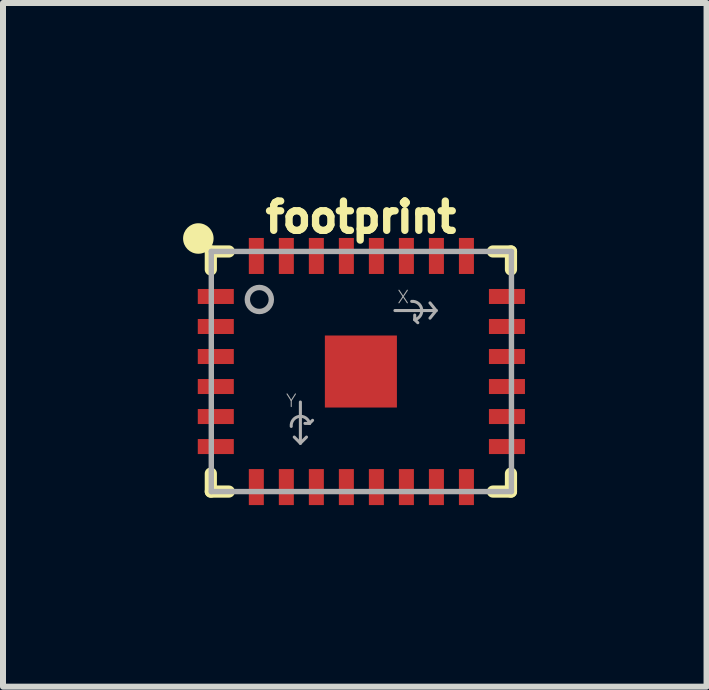
<source format=kicad_pcb>
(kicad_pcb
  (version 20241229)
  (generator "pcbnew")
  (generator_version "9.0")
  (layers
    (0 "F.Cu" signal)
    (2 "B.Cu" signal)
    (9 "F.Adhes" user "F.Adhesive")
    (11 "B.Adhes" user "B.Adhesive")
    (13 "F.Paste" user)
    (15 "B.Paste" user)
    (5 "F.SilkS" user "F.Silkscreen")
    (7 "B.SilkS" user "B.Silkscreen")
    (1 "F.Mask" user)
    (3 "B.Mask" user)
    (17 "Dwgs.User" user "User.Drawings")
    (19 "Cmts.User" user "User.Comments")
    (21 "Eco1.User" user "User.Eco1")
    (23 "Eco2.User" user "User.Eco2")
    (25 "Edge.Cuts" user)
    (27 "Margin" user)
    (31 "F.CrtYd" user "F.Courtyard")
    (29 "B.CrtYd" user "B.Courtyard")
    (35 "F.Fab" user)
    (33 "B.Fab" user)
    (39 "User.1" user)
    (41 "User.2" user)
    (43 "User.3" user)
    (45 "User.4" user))
  (footprint "footprint"
    (layer "F.Cu")
    (at 2.962 3.139)
    (property "Reference" "footprint" (at 0 -2.286 0) (layer "F.SilkS") (effects (font (size 0.488 0.488) (thickness 0.122)) (justify bottom)))
    (fp_poly (pts (xy -2.742 -1.1) (xy -2.092 -1.1) (xy -2.092 -1.4) (xy -2.742 -1.4)) (stroke (width 0) (type solid)) (fill yes) (layer "F.Mask"))
    (fp_poly (pts (xy -2.742 -0.6) (xy -2.092 -0.6) (xy -2.092 -0.9) (xy -2.742 -0.9)) (stroke (width 0) (type solid)) (fill yes) (layer "F.Mask"))
    (fp_poly (pts (xy -2.742 -0.1) (xy -2.092 -0.1) (xy -2.092 -0.4) (xy -2.742 -0.4)) (stroke (width 0) (type solid)) (fill yes) (layer "F.Mask"))
    (fp_poly (pts (xy -2.742 0.4) (xy -2.092 0.4) (xy -2.092 0.1) (xy -2.742 0.1)) (stroke (width 0) (type solid)) (fill yes) (layer "F.Mask"))
    (fp_poly (pts (xy -2.742 0.9) (xy -2.092 0.9) (xy -2.092 0.6) (xy -2.742 0.6)) (stroke (width 0) (type solid)) (fill yes) (layer "F.Mask"))
    (fp_poly (pts (xy -2.742 1.4) (xy -2.092 1.4) (xy -2.092 1.1) (xy -2.742 1.1)) (stroke (width 0) (type solid)) (fill yes) (layer "F.Mask"))
    (fp_poly (pts (xy -1.892 -1.6) (xy -1.592 -1.6) (xy -1.592 -2.25) (xy -1.892 -2.25)) (stroke (width 0) (type solid)) (fill yes) (layer "F.Mask"))
    (fp_poly (pts (xy -1.892 2.25) (xy -1.592 2.25) (xy -1.592 1.6) (xy -1.892 1.6)) (stroke (width 0) (type solid)) (fill yes) (layer "F.Mask"))
    (fp_poly (pts (xy -1.392 -1.6) (xy -1.092 -1.6) (xy -1.092 -2.25) (xy -1.392 -2.25)) (stroke (width 0) (type solid)) (fill yes) (layer "F.Mask"))
    (fp_poly (pts (xy -1.392 2.25) (xy -1.092 2.25) (xy -1.092 1.6) (xy -1.392 1.6)) (stroke (width 0) (type solid)) (fill yes) (layer "F.Mask"))
    (fp_poly (pts (xy -0.892 -1.6) (xy -0.592 -1.6) (xy -0.592 -2.25) (xy -0.892 -2.25)) (stroke (width 0) (type solid)) (fill yes) (layer "F.Mask"))
    (fp_poly (pts (xy -0.892 1.6) (xy -0.892 2.25) (xy -0.592 2.25) (xy -0.592 1.6)) (stroke (width 0) (type solid)) (fill yes) (layer "F.Mask"))
    (fp_poly (pts (xy -0.6 0.6) (xy 0.6 0.6) (xy 0.6 -0.6) (xy -0.6 -0.6)) (stroke (width 0) (type solid)) (fill yes) (layer "F.Mask"))
    (fp_poly (pts (xy -0.392 -1.6) (xy -0.092 -1.6) (xy -0.092 -2.25) (xy -0.392 -2.25)) (stroke (width 0) (type solid)) (fill yes) (layer "F.Mask"))
    (fp_poly (pts (xy -0.392 1.6) (xy -0.392 2.25) (xy -0.092 2.25) (xy -0.092 1.6)) (stroke (width 0) (type solid)) (fill yes) (layer "F.Mask"))
    (fp_poly (pts (xy 0.108 -1.6) (xy 0.408 -1.6) (xy 0.408 -2.25) (xy 0.108 -2.25)) (stroke (width 0) (type solid)) (fill yes) (layer "F.Mask"))
    (fp_poly (pts (xy 0.108 1.6) (xy 0.108 2.25) (xy 0.408 2.25) (xy 0.408 1.6)) (stroke (width 0) (type solid)) (fill yes) (layer "F.Mask"))
    (fp_poly (pts (xy 0.608 -1.6) (xy 0.908 -1.6) (xy 0.908 -2.25) (xy 0.608 -2.25)) (stroke (width 0) (type solid)) (fill yes) (layer "F.Mask"))
    (fp_poly (pts (xy 0.608 1.6) (xy 0.608 2.25) (xy 0.908 2.25) (xy 0.908 1.6)) (stroke (width 0) (type solid)) (fill yes) (layer "F.Mask"))
    (fp_poly (pts (xy 1.108 -1.6) (xy 1.408 -1.6) (xy 1.408 -2.25) (xy 1.108 -2.25)) (stroke (width 0) (type solid)) (fill yes) (layer "F.Mask"))
    (fp_poly (pts (xy 1.108 1.6) (xy 1.108 2.25) (xy 1.408 2.25) (xy 1.408 1.6)) (stroke (width 0) (type solid)) (fill yes) (layer "F.Mask"))
    (fp_poly (pts (xy 1.608 -1.6) (xy 1.908 -1.6) (xy 1.908 -2.25) (xy 1.608 -2.25)) (stroke (width 0) (type solid)) (fill yes) (layer "F.Mask"))
    (fp_poly (pts (xy 1.608 1.6) (xy 1.608 2.25) (xy 1.908 2.25) (xy 1.908 1.6)) (stroke (width 0) (type solid)) (fill yes) (layer "F.Mask"))
    (fp_poly (pts (xy 2.108 -1.4) (xy 2.108 -1.1) (xy 2.758 -1.1) (xy 2.758 -1.4)) (stroke (width 0) (type solid)) (fill yes) (layer "F.Mask"))
    (fp_poly (pts (xy 2.108 -0.9) (xy 2.108 -0.6) (xy 2.758 -0.6) (xy 2.758 -0.9)) (stroke (width 0) (type solid)) (fill yes) (layer "F.Mask"))
    (fp_poly (pts (xy 2.108 -0.1) (xy 2.758 -0.1) (xy 2.758 -0.4) (xy 2.108 -0.4)) (stroke (width 0) (type solid)) (fill yes) (layer "F.Mask"))
    (fp_poly (pts (xy 2.108 0.4) (xy 2.758 0.4) (xy 2.758 0.1) (xy 2.108 0.1)) (stroke (width 0) (type solid)) (fill yes) (layer "F.Mask"))
    (fp_poly (pts (xy 2.108 0.9) (xy 2.758 0.9) (xy 2.758 0.6) (xy 2.108 0.6)) (stroke (width 0) (type solid)) (fill yes) (layer "F.Mask"))
    (fp_poly (pts (xy 2.108 1.4) (xy 2.758 1.4) (xy 2.758 1.1) (xy 2.108 1.1)) (stroke (width 0) (type solid)) (fill yes) (layer "F.Mask"))
    (fp_line (start -2.5 -2) (end -2.5 -1.7) (stroke (width 0.203) (type solid)) (layer "F.SilkS"))
    (fp_line (start -2.5 -2) (end -2.2 -2) (stroke (width 0.203) (type solid)) (layer "F.SilkS"))
    (fp_line (start -2.5 2) (end -2.5 1.7) (stroke (width 0.203) (type solid)) (layer "F.SilkS"))
    (fp_line (start -2.5 2) (end -2.2 2) (stroke (width 0.203) (type solid)) (layer "F.SilkS"))
    (fp_line (start 2.5 -2) (end 2.2 -2) (stroke (width 0.203) (type solid)) (layer "F.SilkS"))
    (fp_line (start 2.5 -2) (end 2.5 -1.7) (stroke (width 0.203) (type solid)) (layer "F.SilkS"))
    (fp_line (start 2.5 2) (end 2.2 2) (stroke (width 0.203) (type solid)) (layer "F.SilkS"))
    (fp_line (start 2.5 2) (end 2.5 1.7) (stroke (width 0.203) (type solid)) (layer "F.SilkS"))
    (fp_circle (center -2.708 -2.216) (end -2.581 -2.216) (stroke (width 0.254) (type solid)) (fill yes) (layer "F.SilkS"))
    (fp_poly (pts (xy -2.15 -1.35) (xy -2.6 -1.35) (xy -2.6 -1.15) (xy -2.15 -1.15)) (stroke (width 0) (type solid)) (fill yes) (layer "F.Paste"))
    (fp_poly (pts (xy -2.15 -0.85) (xy -2.6 -0.85) (xy -2.6 -0.65) (xy -2.15 -0.65)) (stroke (width 0) (type solid)) (fill yes) (layer "F.Paste"))
    (fp_poly (pts (xy -2.15 -0.35) (xy -2.6 -0.35) (xy -2.6 -0.15) (xy -2.15 -0.15)) (stroke (width 0) (type solid)) (fill yes) (layer "F.Paste"))
    (fp_poly (pts (xy -2.15 0.15) (xy -2.6 0.15) (xy -2.6 0.35) (xy -2.15 0.35)) (stroke (width 0) (type solid)) (fill yes) (layer "F.Paste"))
    (fp_poly (pts (xy -2.15 0.65) (xy -2.6 0.65) (xy -2.6 0.85) (xy -2.15 0.85)) (stroke (width 0) (type solid)) (fill yes) (layer "F.Paste"))
    (fp_poly (pts (xy -2.15 1.15) (xy -2.6 1.15) (xy -2.6 1.35) (xy -2.15 1.35)) (stroke (width 0) (type solid)) (fill yes) (layer "F.Paste"))
    (fp_poly (pts (xy -2.15 1.15) (xy -2.6 1.15) (xy -2.6 1.35) (xy -2.15 1.35)) (stroke (width 0) (type solid)) (fill yes) (layer "F.Paste"))
    (fp_poly (pts (xy -2.15 1.15) (xy -2.6 1.15) (xy -2.6 1.35) (xy -2.15 1.35)) (stroke (width 0) (type solid)) (fill yes) (layer "F.Paste"))
    (fp_poly (pts (xy -1.85 1.65) (xy -1.85 2.1) (xy -1.65 2.1) (xy -1.65 1.65)) (stroke (width 0) (type solid)) (fill yes) (layer "F.Paste"))
    (fp_poly (pts (xy -1.65 -1.65) (xy -1.65 -2.1) (xy -1.85 -2.1) (xy -1.85 -1.65)) (stroke (width 0) (type solid)) (fill yes) (layer "F.Paste"))
    (fp_poly (pts (xy -1.35 1.65) (xy -1.35 2.1) (xy -1.15 2.1) (xy -1.15 1.65)) (stroke (width 0) (type solid)) (fill yes) (layer "F.Paste"))
    (fp_poly (pts (xy -1.15 -1.65) (xy -1.15 -2.1) (xy -1.35 -2.1) (xy -1.35 -1.65)) (stroke (width 0) (type solid)) (fill yes) (layer "F.Paste"))
    (fp_poly (pts (xy -0.85 1.65) (xy -0.85 2.1) (xy -0.65 2.1) (xy -0.65 1.65)) (stroke (width 0) (type solid)) (fill yes) (layer "F.Paste"))
    (fp_poly (pts (xy -0.65 -1.65) (xy -0.65 -2.1) (xy -0.85 -2.1) (xy -0.85 -1.65)) (stroke (width 0) (type solid)) (fill yes) (layer "F.Paste"))
    (fp_poly (pts (xy -0.65 -1.65) (xy -0.65 -2.1) (xy -0.85 -2.1) (xy -0.85 -1.65)) (stroke (width 0) (type solid)) (fill yes) (layer "F.Paste"))
    (fp_poly (pts (xy -0.65 -1.65) (xy -0.65 -2.1) (xy -0.85 -2.1) (xy -0.85 -1.65)) (stroke (width 0) (type solid)) (fill yes) (layer "F.Paste"))
    (fp_poly (pts (xy -0.6 0.6) (xy 0.6 0.6) (xy 0.6 -0.6) (xy -0.6 -0.6)) (stroke (width 0) (type solid)) (fill yes) (layer "F.Paste"))
    (fp_poly (pts (xy -0.35 1.65) (xy -0.35 2.1) (xy -0.15 2.1) (xy -0.15 1.65)) (stroke (width 0) (type solid)) (fill yes) (layer "F.Paste"))
    (fp_poly (pts (xy -0.15 -1.65) (xy -0.15 -2.1) (xy -0.35 -2.1) (xy -0.35 -1.65)) (stroke (width 0) (type solid)) (fill yes) (layer "F.Paste"))
    (fp_poly (pts (xy 0.15 1.65) (xy 0.15 2.1) (xy 0.35 2.1) (xy 0.35 1.65)) (stroke (width 0) (type solid)) (fill yes) (layer "F.Paste"))
    (fp_poly (pts (xy 0.35 -1.65) (xy 0.35 -2.1) (xy 0.15 -2.1) (xy 0.15 -1.65)) (stroke (width 0) (type solid)) (fill yes) (layer "F.Paste"))
    (fp_poly (pts (xy 0.65 1.65) (xy 0.65 2.1) (xy 0.85 2.1) (xy 0.85 1.65)) (stroke (width 0) (type solid)) (fill yes) (layer "F.Paste"))
    (fp_poly (pts (xy 0.85 -1.65) (xy 0.85 -2.1) (xy 0.65 -2.1) (xy 0.65 -1.65)) (stroke (width 0) (type solid)) (fill yes) (layer "F.Paste"))
    (fp_poly (pts (xy 1.15 1.65) (xy 1.15 2.1) (xy 1.35 2.1) (xy 1.35 1.65)) (stroke (width 0) (type solid)) (fill yes) (layer "F.Paste"))
    (fp_poly (pts (xy 1.35 -1.65) (xy 1.35 -2.1) (xy 1.15 -2.1) (xy 1.15 -1.65)) (stroke (width 0) (type solid)) (fill yes) (layer "F.Paste"))
    (fp_poly (pts (xy 1.65 1.65) (xy 1.65 2.1) (xy 1.85 2.1) (xy 1.85 1.65)) (stroke (width 0) (type solid)) (fill yes) (layer "F.Paste"))
    (fp_poly (pts (xy 1.85 -1.65) (xy 1.85 -2.1) (xy 1.65 -2.1) (xy 1.65 -1.65)) (stroke (width 0) (type solid)) (fill yes) (layer "F.Paste"))
    (fp_poly (pts (xy 2.15 -1.15) (xy 2.6 -1.15) (xy 2.6 -1.35) (xy 2.15 -1.35)) (stroke (width 0) (type solid)) (fill yes) (layer "F.Paste"))
    (fp_poly (pts (xy 2.15 -0.65) (xy 2.6 -0.65) (xy 2.6 -0.85) (xy 2.15 -0.85)) (stroke (width 0) (type solid)) (fill yes) (layer "F.Paste"))
    (fp_poly (pts (xy 2.15 -0.15) (xy 2.6 -0.15) (xy 2.6 -0.35) (xy 2.15 -0.35)) (stroke (width 0) (type solid)) (fill yes) (layer "F.Paste"))
    (fp_poly (pts (xy 2.15 0.35) (xy 2.6 0.35) (xy 2.6 0.15) (xy 2.15 0.15)) (stroke (width 0) (type solid)) (fill yes) (layer "F.Paste"))
    (fp_poly (pts (xy 2.15 0.85) (xy 2.6 0.85) (xy 2.6 0.65) (xy 2.15 0.65)) (stroke (width 0) (type solid)) (fill yes) (layer "F.Paste"))
    (fp_poly (pts (xy 2.15 0.85) (xy 2.6 0.85) (xy 2.6 0.65) (xy 2.15 0.65)) (stroke (width 0) (type solid)) (fill yes) (layer "F.Paste"))
    (fp_poly (pts (xy 2.15 0.85) (xy 2.6 0.85) (xy 2.6 0.65) (xy 2.15 0.65)) (stroke (width 0) (type solid)) (fill yes) (layer "F.Paste"))
    (fp_poly (pts (xy 2.15 1.35) (xy 2.6 1.35) (xy 2.6 1.15) (xy 2.15 1.15)) (stroke (width 0) (type solid)) (fill yes) (layer "F.Paste"))
    (fp_line (start -2.492 -2) (end -2.492 2) (stroke (width 0.09) (type solid)) (layer "F.Fab"))
    (fp_line (start -2.492 2) (end 2.508 2) (stroke (width 0.09) (type solid)) (layer "F.Fab"))
    (fp_line (start -1.008 0.508) (end -1.008 1.194) (stroke (width 0.051) (type solid)) (layer "F.Fab"))
    (fp_line (start -1.008 1.194) (end -1.11 1.092) (stroke (width 0.051) (type solid)) (layer "F.Fab"))
    (fp_line (start -1.008 1.194) (end -0.906 1.092) (stroke (width 0.051) (type solid)) (layer "F.Fab"))
    (fp_line (start -0.856 0.864) (end -0.932 0.864) (stroke (width 0.051) (type solid)) (layer "F.Fab"))
    (fp_line (start -0.856 0.864) (end -0.805 0.813) (stroke (width 0.051) (type solid)) (layer "F.Fab"))
    (fp_line (start 0.897 -0.864) (end 0.897 -0.94) (stroke (width 0.051) (type solid)) (layer "F.Fab"))
    (fp_line (start 0.897 -0.864) (end 0.948 -0.813) (stroke (width 0.051) (type solid)) (layer "F.Fab"))
    (fp_line (start 1.151 -1.143) (end 1.253 -1.016) (stroke (width 0.051) (type solid)) (layer "F.Fab"))
    (fp_line (start 1.253 -1.016) (end 0.567 -1.016) (stroke (width 0.051) (type solid)) (layer "F.Fab"))
    (fp_line (start 1.253 -1.016) (end 1.151 -0.889) (stroke (width 0.051) (type solid)) (layer "F.Fab"))
    (fp_line (start 2.508 -2) (end -2.492 -2) (stroke (width 0.09) (type solid)) (layer "F.Fab"))
    (fp_line (start 2.508 2) (end 2.508 -2) (stroke (width 0.09) (type solid)) (layer "F.Fab"))
    (fp_arc (start -1.1604 0.9144) (mid -1.031386 0.748679) (end -0.855598 0.8636) (stroke (width 0.0508) (type solid)) (layer "F.Fab"))
    (fp_arc (start 0.8462 -1.1684) (mid 1.011829 -1.039371) (end 0.897 -0.863599) (stroke (width 0.0508) (type solid)) (layer "F.Fab"))
    (fp_circle (center -1.692 -1.2) (end -1.492 -1.2) (stroke (width 0.09) (type solid)) (fill no) (layer "F.Fab"))
    (fp_text user "X" (at 0.592 -1.118 0) (layer "F.Fab") (effects (font (size 0.21 0.21) (thickness 0.018)) (justify left bottom)))
    (fp_text user "Y" (at -1.262 0.61 0) (layer "F.Fab") (effects (font (size 0.21 0.21) (thickness 0.018)) (justify left bottom)))
    (pad "1" smd rect (at -2.417 -1.25 270) (size 0.25 0.6) (layers "F.Cu"))
    (pad "2" smd rect (at -2.417 -0.75 270) (size 0.25 0.6) (layers "F.Cu"))
    (pad "3" smd rect (at -2.417 -0.25 270) (size 0.25 0.6) (layers "F.Cu"))
    (pad "4" smd rect (at -2.417 0.25 270) (size 0.25 0.6) (layers "F.Cu"))
    (pad "5" smd rect (at -2.417 0.75 270) (size 0.25 0.6) (layers "F.Cu"))
    (pad "6" smd rect (at -2.417 1.25 270) (size 0.25 0.6) (layers "F.Cu"))
    (pad "7" smd rect (at -1.742 1.925) (size 0.25 0.6) (layers "F.Cu"))
    (pad "8" smd rect (at -1.242 1.925) (size 0.25 0.6) (layers "F.Cu"))
    (pad "9" smd rect (at -0.742 1.925) (size 0.25 0.6) (layers "F.Cu"))
    (pad "10" smd rect (at -0.242 1.925) (size 0.25 0.6) (layers "F.Cu"))
    (pad "11" smd rect (at 0.258 1.925) (size 0.25 0.6) (layers "F.Cu"))
    (pad "12" smd rect (at 0.758 1.925) (size 0.25 0.6) (layers "F.Cu"))
    (pad "13" smd rect (at 1.258 1.925) (size 0.25 0.6) (layers "F.Cu"))
    (pad "14" smd rect (at 1.758 1.925) (size 0.25 0.6) (layers "F.Cu"))
    (pad "15" smd rect (at 2.433 1.25 90) (size 0.25 0.6) (layers "F.Cu"))
    (pad "16" smd rect (at 2.433 0.75 90) (size 0.25 0.6) (layers "F.Cu"))
    (pad "17" smd rect (at 2.433 0.25 90) (size 0.25 0.6) (layers "F.Cu"))
    (pad "18" smd rect (at 2.433 -0.25 90) (size 0.25 0.6) (layers "F.Cu"))
    (pad "19" smd rect (at 2.433 -0.75 90) (size 0.25 0.6) (layers "F.Cu"))
    (pad "20" smd rect (at 2.433 -1.25 90) (size 0.25 0.6) (layers "F.Cu"))
    (pad "21" smd rect (at 1.758 -1.925 180) (size 0.25 0.6) (layers "F.Cu"))
    (pad "22" smd rect (at 1.258 -1.925 180) (size 0.25 0.6) (layers "F.Cu"))
    (pad "23" smd rect (at 0.758 -1.925 180) (size 0.25 0.6) (layers "F.Cu"))
    (pad "24" smd rect (at 0.258 -1.925 180) (size 0.25 0.6) (layers "F.Cu"))
    (pad "25" smd rect (at -0.242 -1.925 180) (size 0.25 0.6) (layers "F.Cu"))
    (pad "26" smd rect (at -0.742 -1.925 180) (size 0.25 0.6) (layers "F.Cu"))
    (pad "27" smd rect (at -1.242 -1.925 180) (size 0.25 0.6) (layers "F.Cu"))
    (pad "28" smd rect (at -1.742 -1.925 180) (size 0.25 0.6) (layers "F.Cu"))
    (pad "NC" smd rect (at 0 0) (size 1.2 1.2) (layers "F.Cu")))
  (gr_rect
    (start -3 -3)
    (end 8.72 8.389)
    (stroke (width 0.1) (type default))
    (fill no)
    (layer "Edge.Cuts")))
</source>
